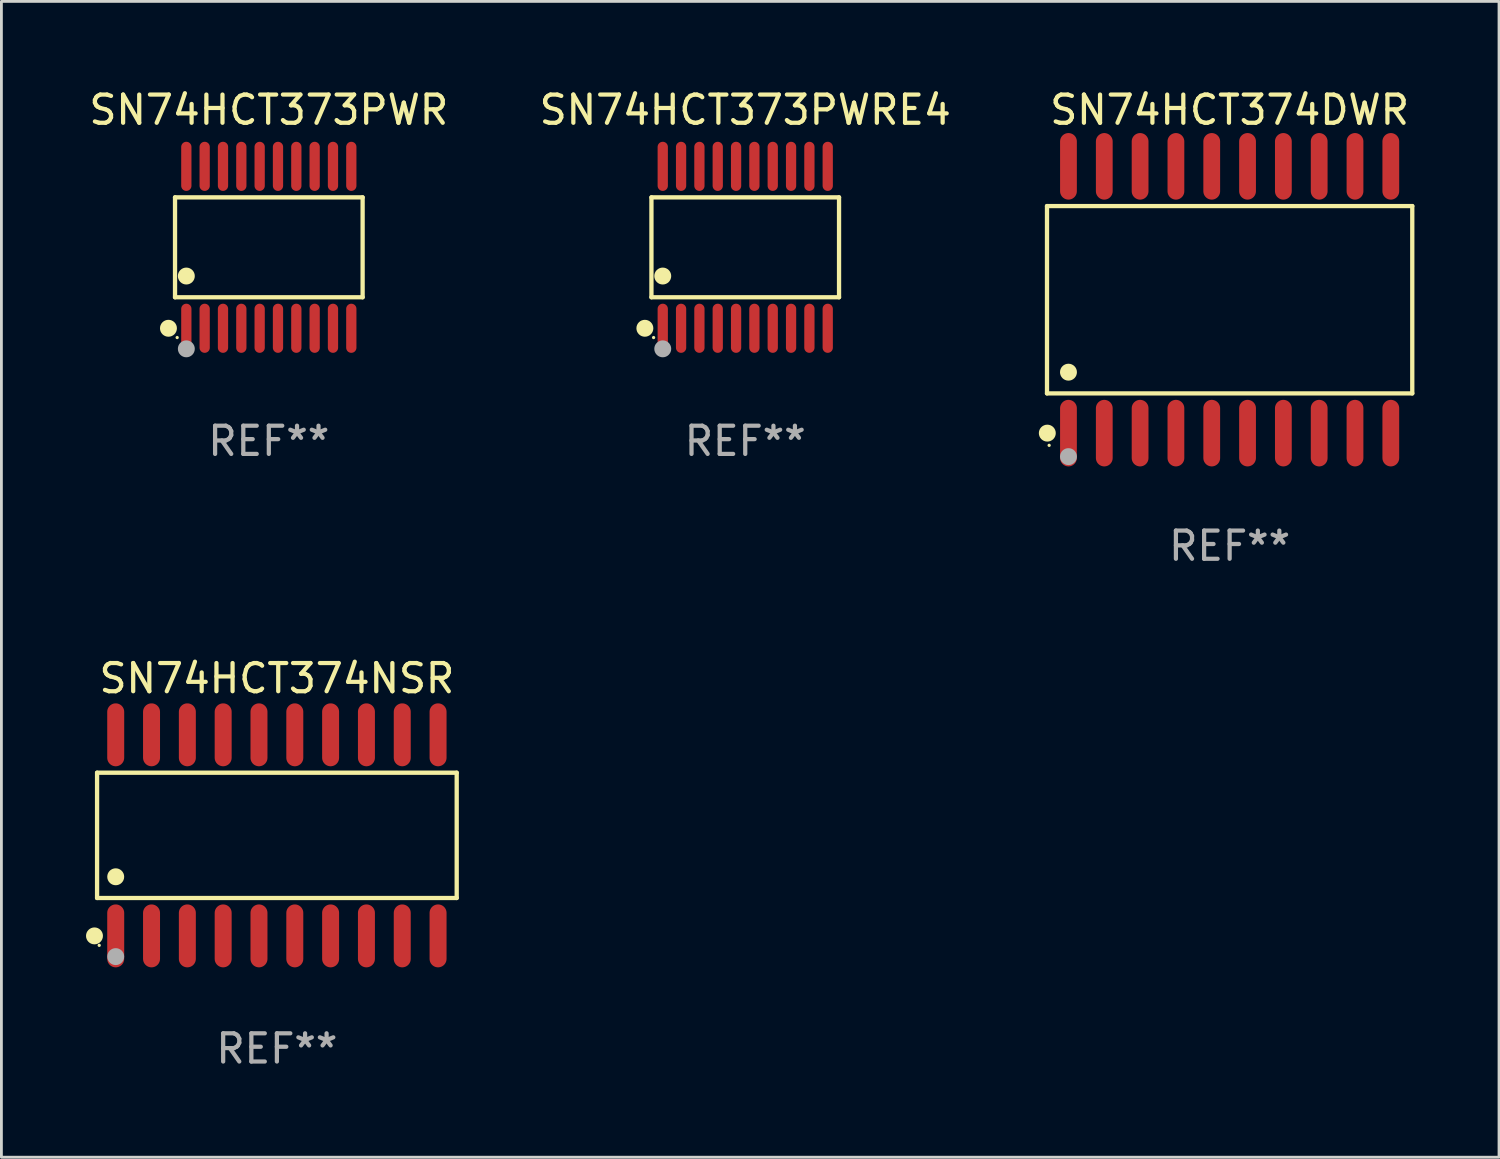
<source format=kicad_pcb>
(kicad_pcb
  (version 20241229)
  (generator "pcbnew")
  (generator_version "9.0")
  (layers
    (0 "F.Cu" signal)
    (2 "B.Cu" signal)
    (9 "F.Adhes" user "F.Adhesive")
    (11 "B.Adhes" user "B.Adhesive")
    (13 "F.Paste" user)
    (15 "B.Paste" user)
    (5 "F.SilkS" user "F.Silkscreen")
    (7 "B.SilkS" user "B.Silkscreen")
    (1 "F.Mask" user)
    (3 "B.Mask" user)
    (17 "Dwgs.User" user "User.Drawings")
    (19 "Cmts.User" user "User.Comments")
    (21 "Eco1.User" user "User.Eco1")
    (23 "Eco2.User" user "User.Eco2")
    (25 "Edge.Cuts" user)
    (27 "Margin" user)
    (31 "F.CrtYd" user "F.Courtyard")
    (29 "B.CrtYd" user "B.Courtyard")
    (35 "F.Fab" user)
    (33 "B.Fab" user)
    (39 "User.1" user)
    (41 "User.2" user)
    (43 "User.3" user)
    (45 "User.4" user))
  (footprint "SN74HCT374DWR"
    (layer "F.Cu")
    (at 40.551 7.578)
    (property "Reference" "SN74HCT374DWR" (at 0 -6.73 0) (layer "F.SilkS") (effects (font (size 1 1) (thickness 0.15))))
    (attr through_hole)
    (fp_line (start -6.476 -3.321) (end 6.476 -3.321) (stroke (width 0.152) (type solid)) (layer "F.SilkS"))
    (fp_line (start -6.476 3.321) (end -6.476 -3.321) (stroke (width 0.152) (type solid)) (layer "F.SilkS"))
    (fp_line (start 6.476 -3.321) (end 6.476 3.321) (stroke (width 0.152) (type solid)) (layer "F.SilkS"))
    (fp_line (start 6.476 3.321) (end -6.476 3.321) (stroke (width 0.152) (type solid)) (layer "F.SilkS"))
    (fp_circle (center -6.465 4.73) (end -6.315 4.73) (stroke (width 0.3) (type solid)) (fill no) (layer "F.SilkS"))
    (fp_circle (center -6.4 5.163) (end -6.37 5.163) (stroke (width 0.06) (type solid)) (fill no) (layer "F.SilkS"))
    (fp_circle (center -5.715 2.569) (end -5.565 2.569) (stroke (width 0.3) (type solid)) (fill no) (layer "F.SilkS"))
    (fp_circle (center -5.715 5.563) (end -5.565 5.563) (stroke (width 0.3) (type solid)) (fill no) (layer "F.Fab"))
    (fp_text user "REF**" (at 0 8.73 0) (layer "F.Fab") (effects (font (size 1 1) (thickness 0.15))))
    (pad "1" smd oval (at -5.715 4.73) (size 0.595 2.36) (layers "F.Cu" "F.Mask" "F.Paste"))
    (pad "2" smd oval (at -4.445 4.73) (size 0.595 2.36) (layers "F.Cu" "F.Mask" "F.Paste"))
    (pad "3" smd oval (at -3.175 4.73) (size 0.595 2.36) (layers "F.Cu" "F.Mask" "F.Paste"))
    (pad "4" smd oval (at -1.905 4.73) (size 0.595 2.36) (layers "F.Cu" "F.Mask" "F.Paste"))
    (pad "5" smd oval (at -0.635 4.73) (size 0.595 2.36) (layers "F.Cu" "F.Mask" "F.Paste"))
    (pad "6" smd oval (at 0.635 4.73) (size 0.595 2.36) (layers "F.Cu" "F.Mask" "F.Paste"))
    (pad "7" smd oval (at 1.905 4.73) (size 0.595 2.36) (layers "F.Cu" "F.Mask" "F.Paste"))
    (pad "8" smd oval (at 3.175 4.73) (size 0.595 2.36) (layers "F.Cu" "F.Mask" "F.Paste"))
    (pad "9" smd oval (at 4.445 4.73) (size 0.595 2.36) (layers "F.Cu" "F.Mask" "F.Paste"))
    (pad "10" smd oval (at 5.715 4.73) (size 0.595 2.36) (layers "F.Cu" "F.Mask" "F.Paste"))
    (pad "11" smd oval (at 5.715 -4.73) (size 0.595 2.36) (layers "F.Cu" "F.Mask" "F.Paste"))
    (pad "12" smd oval (at 4.445 -4.73) (size 0.595 2.36) (layers "F.Cu" "F.Mask" "F.Paste"))
    (pad "13" smd oval (at 3.175 -4.73) (size 0.595 2.36) (layers "F.Cu" "F.Mask" "F.Paste"))
    (pad "14" smd oval (at 1.905 -4.73) (size 0.595 2.36) (layers "F.Cu" "F.Mask" "F.Paste"))
    (pad "15" smd oval (at 0.635 -4.73) (size 0.595 2.36) (layers "F.Cu" "F.Mask" "F.Paste"))
    (pad "16" smd oval (at -0.635 -4.73) (size 0.595 2.36) (layers "F.Cu" "F.Mask" "F.Paste"))
    (pad "17" smd oval (at -1.905 -4.73) (size 0.595 2.36) (layers "F.Cu" "F.Mask" "F.Paste"))
    (pad "18" smd oval (at -3.175 -4.73) (size 0.595 2.36) (layers "F.Cu" "F.Mask" "F.Paste"))
    (pad "19" smd oval (at -4.445 -4.73) (size 0.595 2.36) (layers "F.Cu" "F.Mask" "F.Paste"))
    (pad "20" smd oval (at -5.715 -4.73) (size 0.595 2.36) (layers "F.Cu" "F.Mask" "F.Paste")))
  (footprint "SN74HCT373PWRE4"
    (layer "F.Cu")
    (at 23.375 5.719)
    (property "Reference" "SN74HCT373PWRE4" (at 0 -4.871 0) (layer "F.SilkS") (effects (font (size 1 1) (thickness 0.15))))
    (attr through_hole)
    (fp_line (start -3.326 -1.771) (end 3.326 -1.771) (stroke (width 0.152) (type solid)) (layer "F.SilkS"))
    (fp_line (start -3.326 1.771) (end -3.326 -1.771) (stroke (width 0.152) (type solid)) (layer "F.SilkS"))
    (fp_line (start 3.326 -1.771) (end 3.326 1.771) (stroke (width 0.152) (type solid)) (layer "F.SilkS"))
    (fp_line (start 3.326 1.771) (end -3.326 1.771) (stroke (width 0.152) (type solid)) (layer "F.SilkS"))
    (fp_circle (center -3.559 2.871) (end -3.409 2.871) (stroke (width 0.3) (type solid)) (fill no) (layer "F.SilkS"))
    (fp_circle (center -3.25 3.2) (end -3.22 3.2) (stroke (width 0.06) (type solid)) (fill no) (layer "F.SilkS"))
    (fp_circle (center -2.925 1.019) (end -2.775 1.019) (stroke (width 0.3) (type solid)) (fill no) (layer "F.SilkS"))
    (fp_circle (center -2.925 3.6) (end -2.775 3.6) (stroke (width 0.3) (type solid)) (fill no) (layer "F.Fab"))
    (fp_text user "REF**" (at 0 6.871 0) (layer "F.Fab") (effects (font (size 1 1) (thickness 0.15))))
    (pad "1" smd oval (at -2.925 2.871) (size 0.364 1.742) (layers "F.Cu" "F.Mask" "F.Paste"))
    (pad "2" smd oval (at -2.275 2.871) (size 0.364 1.742) (layers "F.Cu" "F.Mask" "F.Paste"))
    (pad "3" smd oval (at -1.625 2.871) (size 0.364 1.742) (layers "F.Cu" "F.Mask" "F.Paste"))
    (pad "4" smd oval (at -0.975 2.871) (size 0.364 1.742) (layers "F.Cu" "F.Mask" "F.Paste"))
    (pad "5" smd oval (at -0.325 2.871) (size 0.364 1.742) (layers "F.Cu" "F.Mask" "F.Paste"))
    (pad "6" smd oval (at 0.325 2.871) (size 0.364 1.742) (layers "F.Cu" "F.Mask" "F.Paste"))
    (pad "7" smd oval (at 0.975 2.871) (size 0.364 1.742) (layers "F.Cu" "F.Mask" "F.Paste"))
    (pad "8" smd oval (at 1.625 2.871) (size 0.364 1.742) (layers "F.Cu" "F.Mask" "F.Paste"))
    (pad "9" smd oval (at 2.275 2.871) (size 0.364 1.742) (layers "F.Cu" "F.Mask" "F.Paste"))
    (pad "10" smd oval (at 2.925 2.871) (size 0.364 1.742) (layers "F.Cu" "F.Mask" "F.Paste"))
    (pad "11" smd oval (at 2.925 -2.871) (size 0.364 1.742) (layers "F.Cu" "F.Mask" "F.Paste"))
    (pad "12" smd oval (at 2.275 -2.871) (size 0.364 1.742) (layers "F.Cu" "F.Mask" "F.Paste"))
    (pad "13" smd oval (at 1.625 -2.871) (size 0.364 1.742) (layers "F.Cu" "F.Mask" "F.Paste"))
    (pad "14" smd oval (at 0.975 -2.871) (size 0.364 1.742) (layers "F.Cu" "F.Mask" "F.Paste"))
    (pad "15" smd oval (at 0.325 -2.871) (size 0.364 1.742) (layers "F.Cu" "F.Mask" "F.Paste"))
    (pad "16" smd oval (at -0.325 -2.871) (size 0.364 1.742) (layers "F.Cu" "F.Mask" "F.Paste"))
    (pad "17" smd oval (at -0.975 -2.871) (size 0.364 1.742) (layers "F.Cu" "F.Mask" "F.Paste"))
    (pad "18" smd oval (at -1.625 -2.871) (size 0.364 1.742) (layers "F.Cu" "F.Mask" "F.Paste"))
    (pad "19" smd oval (at -2.275 -2.871) (size 0.364 1.742) (layers "F.Cu" "F.Mask" "F.Paste"))
    (pad "20" smd oval (at -2.925 -2.871) (size 0.364 1.742) (layers "F.Cu" "F.Mask" "F.Paste")))
  (footprint "SN74HCT374NSR"
    (layer "F.Cu")
    (at 6.768 26.57)
    (property "Reference" "SN74HCT374NSR" (at 0 -5.565 0) (layer "F.SilkS") (effects (font (size 1 1) (thickness 0.15))))
    (attr through_hole)
    (fp_line (start -6.376 -2.221) (end 6.376 -2.221) (stroke (width 0.152) (type solid)) (layer "F.SilkS"))
    (fp_line (start -6.376 2.221) (end -6.376 -2.221) (stroke (width 0.152) (type solid)) (layer "F.SilkS"))
    (fp_line (start 6.376 -2.221) (end 6.376 2.221) (stroke (width 0.152) (type solid)) (layer "F.SilkS"))
    (fp_line (start 6.376 2.221) (end -6.376 2.221) (stroke (width 0.152) (type solid)) (layer "F.SilkS"))
    (fp_circle (center -6.468 3.565) (end -6.318 3.565) (stroke (width 0.3) (type solid)) (fill no) (layer "F.SilkS"))
    (fp_circle (center -6.3 3.9) (end -6.27 3.9) (stroke (width 0.06) (type solid)) (fill no) (layer "F.SilkS"))
    (fp_circle (center -5.715 1.469) (end -5.565 1.469) (stroke (width 0.3) (type solid)) (fill no) (layer "F.SilkS"))
    (fp_circle (center -5.715 4.3) (end -5.565 4.3) (stroke (width 0.3) (type solid)) (fill no) (layer "F.Fab"))
    (fp_text user "REF**" (at 0 7.565 0) (layer "F.Fab") (effects (font (size 1 1) (thickness 0.15))))
    (pad "1" smd oval (at -5.715 3.565) (size 0.602 2.231) (layers "F.Cu" "F.Mask" "F.Paste"))
    (pad "2" smd oval (at -4.445 3.565) (size 0.602 2.231) (layers "F.Cu" "F.Mask" "F.Paste"))
    (pad "3" smd oval (at -3.175 3.565) (size 0.602 2.231) (layers "F.Cu" "F.Mask" "F.Paste"))
    (pad "4" smd oval (at -1.905 3.565) (size 0.602 2.231) (layers "F.Cu" "F.Mask" "F.Paste"))
    (pad "5" smd oval (at -0.635 3.565) (size 0.602 2.231) (layers "F.Cu" "F.Mask" "F.Paste"))
    (pad "6" smd oval (at 0.635 3.565) (size 0.602 2.231) (layers "F.Cu" "F.Mask" "F.Paste"))
    (pad "7" smd oval (at 1.905 3.565) (size 0.602 2.231) (layers "F.Cu" "F.Mask" "F.Paste"))
    (pad "8" smd oval (at 3.175 3.565) (size 0.602 2.231) (layers "F.Cu" "F.Mask" "F.Paste"))
    (pad "9" smd oval (at 4.445 3.565) (size 0.602 2.231) (layers "F.Cu" "F.Mask" "F.Paste"))
    (pad "10" smd oval (at 5.715 3.565) (size 0.602 2.231) (layers "F.Cu" "F.Mask" "F.Paste"))
    (pad "11" smd oval (at 5.715 -3.565) (size 0.602 2.231) (layers "F.Cu" "F.Mask" "F.Paste"))
    (pad "12" smd oval (at 4.445 -3.565) (size 0.602 2.231) (layers "F.Cu" "F.Mask" "F.Paste"))
    (pad "13" smd oval (at 3.175 -3.565) (size 0.602 2.231) (layers "F.Cu" "F.Mask" "F.Paste"))
    (pad "14" smd oval (at 1.905 -3.565) (size 0.602 2.231) (layers "F.Cu" "F.Mask" "F.Paste"))
    (pad "15" smd oval (at 0.635 -3.565) (size 0.602 2.231) (layers "F.Cu" "F.Mask" "F.Paste"))
    (pad "16" smd oval (at -0.635 -3.565) (size 0.602 2.231) (layers "F.Cu" "F.Mask" "F.Paste"))
    (pad "17" smd oval (at -1.905 -3.565) (size 0.602 2.231) (layers "F.Cu" "F.Mask" "F.Paste"))
    (pad "18" smd oval (at -3.175 -3.565) (size 0.602 2.231) (layers "F.Cu" "F.Mask" "F.Paste"))
    (pad "19" smd oval (at -4.445 -3.565) (size 0.602 2.231) (layers "F.Cu" "F.Mask" "F.Paste"))
    (pad "20" smd oval (at -5.715 -3.565) (size 0.602 2.231) (layers "F.Cu" "F.Mask" "F.Paste")))
  (footprint "SN74HCT373PWR"
    (layer "F.Cu")
    (at 6.482 5.719)
    (property "Reference" "SN74HCT373PWR" (at 0 -4.871 0) (layer "F.SilkS") (effects (font (size 1 1) (thickness 0.15))))
    (attr through_hole)
    (fp_line (start -3.326 -1.771) (end 3.326 -1.771) (stroke (width 0.152) (type solid)) (layer "F.SilkS"))
    (fp_line (start -3.326 1.771) (end -3.326 -1.771) (stroke (width 0.152) (type solid)) (layer "F.SilkS"))
    (fp_line (start 3.326 -1.771) (end 3.326 1.771) (stroke (width 0.152) (type solid)) (layer "F.SilkS"))
    (fp_line (start 3.326 1.771) (end -3.326 1.771) (stroke (width 0.152) (type solid)) (layer "F.SilkS"))
    (fp_circle (center -3.559 2.871) (end -3.409 2.871) (stroke (width 0.3) (type solid)) (fill no) (layer "F.SilkS"))
    (fp_circle (center -3.25 3.2) (end -3.22 3.2) (stroke (width 0.06) (type solid)) (fill no) (layer "F.SilkS"))
    (fp_circle (center -2.925 1.019) (end -2.775 1.019) (stroke (width 0.3) (type solid)) (fill no) (layer "F.SilkS"))
    (fp_circle (center -2.925 3.6) (end -2.775 3.6) (stroke (width 0.3) (type solid)) (fill no) (layer "F.Fab"))
    (fp_text user "REF**" (at 0 6.871 0) (layer "F.Fab") (effects (font (size 1 1) (thickness 0.15))))
    (pad "1" smd oval (at -2.925 2.871) (size 0.364 1.742) (layers "F.Cu" "F.Mask" "F.Paste"))
    (pad "2" smd oval (at -2.275 2.871) (size 0.364 1.742) (layers "F.Cu" "F.Mask" "F.Paste"))
    (pad "3" smd oval (at -1.625 2.871) (size 0.364 1.742) (layers "F.Cu" "F.Mask" "F.Paste"))
    (pad "4" smd oval (at -0.975 2.871) (size 0.364 1.742) (layers "F.Cu" "F.Mask" "F.Paste"))
    (pad "5" smd oval (at -0.325 2.871) (size 0.364 1.742) (layers "F.Cu" "F.Mask" "F.Paste"))
    (pad "6" smd oval (at 0.325 2.871) (size 0.364 1.742) (layers "F.Cu" "F.Mask" "F.Paste"))
    (pad "7" smd oval (at 0.975 2.871) (size 0.364 1.742) (layers "F.Cu" "F.Mask" "F.Paste"))
    (pad "8" smd oval (at 1.625 2.871) (size 0.364 1.742) (layers "F.Cu" "F.Mask" "F.Paste"))
    (pad "9" smd oval (at 2.275 2.871) (size 0.364 1.742) (layers "F.Cu" "F.Mask" "F.Paste"))
    (pad "10" smd oval (at 2.925 2.871) (size 0.364 1.742) (layers "F.Cu" "F.Mask" "F.Paste"))
    (pad "11" smd oval (at 2.925 -2.871) (size 0.364 1.742) (layers "F.Cu" "F.Mask" "F.Paste"))
    (pad "12" smd oval (at 2.275 -2.871) (size 0.364 1.742) (layers "F.Cu" "F.Mask" "F.Paste"))
    (pad "13" smd oval (at 1.625 -2.871) (size 0.364 1.742) (layers "F.Cu" "F.Mask" "F.Paste"))
    (pad "14" smd oval (at 0.975 -2.871) (size 0.364 1.742) (layers "F.Cu" "F.Mask" "F.Paste"))
    (pad "15" smd oval (at 0.325 -2.871) (size 0.364 1.742) (layers "F.Cu" "F.Mask" "F.Paste"))
    (pad "16" smd oval (at -0.325 -2.871) (size 0.364 1.742) (layers "F.Cu" "F.Mask" "F.Paste"))
    (pad "17" smd oval (at -0.975 -2.871) (size 0.364 1.742) (layers "F.Cu" "F.Mask" "F.Paste"))
    (pad "18" smd oval (at -1.625 -2.871) (size 0.364 1.742) (layers "F.Cu" "F.Mask" "F.Paste"))
    (pad "19" smd oval (at -2.275 -2.871) (size 0.364 1.742) (layers "F.Cu" "F.Mask" "F.Paste"))
    (pad "20" smd oval (at -2.925 -2.871) (size 0.364 1.742) (layers "F.Cu" "F.Mask" "F.Paste")))
  (gr_rect
    (start -3 -3)
    (end 50.103 37.984)
    (stroke (width 0.1) (type default))
    (fill no)
    (layer "Edge.Cuts")))
</source>
